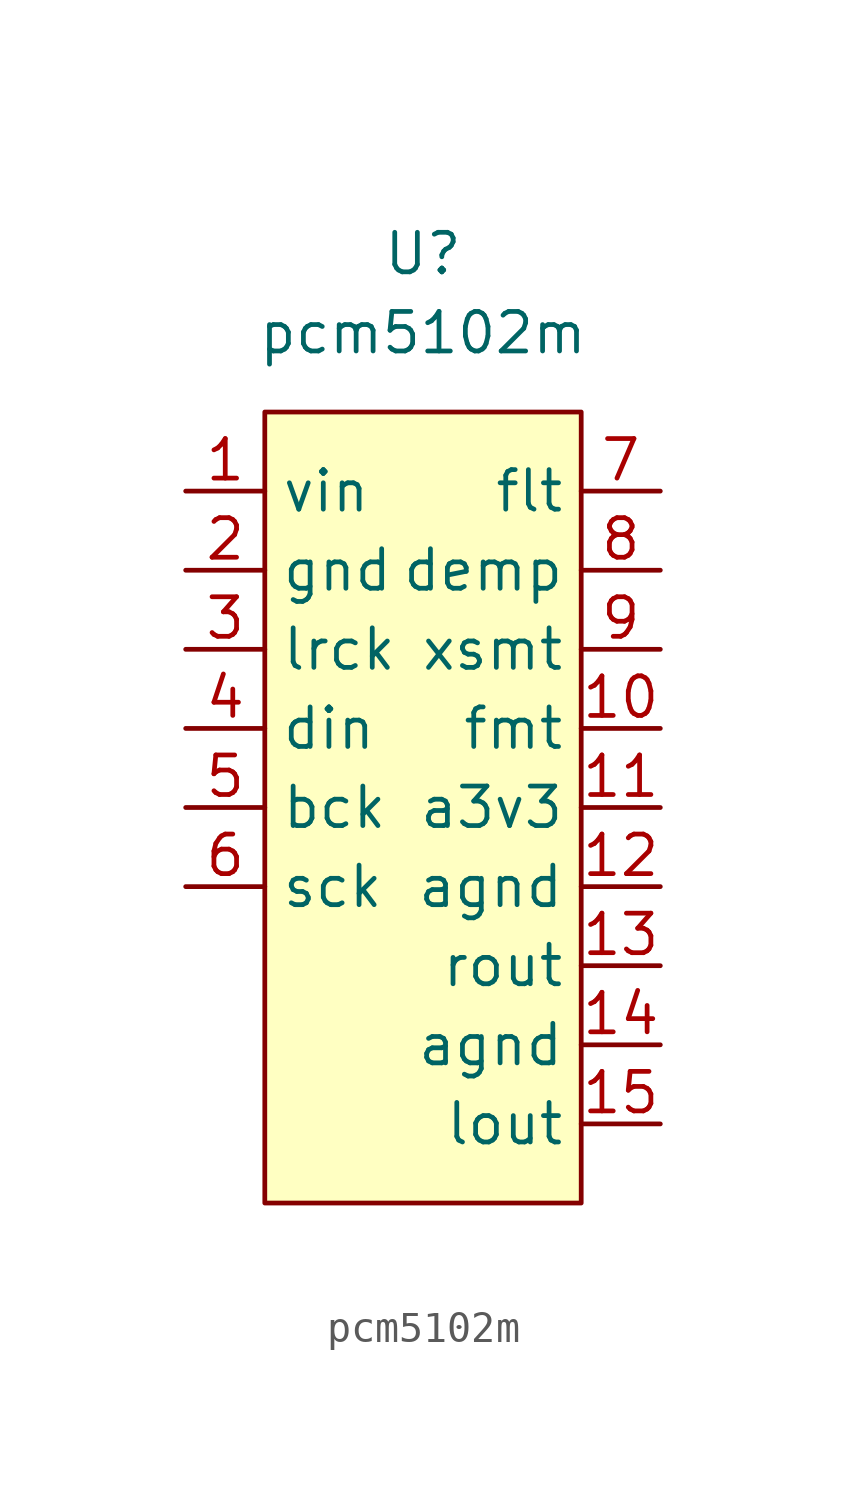
<source format=kicad_sym>
(kicad_symbol_lib
  (version 20211014)
  (generator kicad_symbol_editor)
  (symbol "pcm5102m"
    (property "Reference" "U"
      (at 0 2.54 0)
      (effects (font (size 1.27 1.27))))
    (property "Value" "pcm5102m"
      (at 0 0 0)
      (effects (font (size 1.27 1.27))))
    (symbol "pcm5102m_0_1"
      (rectangle (start -5.08 -2.54) (end 5.08 -27.94) (stroke (width 0) (type default) (color 0 0 0 0)) (fill (type background))))
    (symbol "pcm5102m_1_1"
      (pin power_in line (at -7.62 -5.08 0) (length 2.54) (name "vin" (effects (font (size 1.27 1.27)))) (number "1" (effects (font (size 1.27 1.27)))))
      (pin input line (at 7.62 -12.7 180) (length 2.54) (name "fmt" (effects (font (size 1.27 1.27)))) (number "10" (effects (font (size 1.27 1.27)))))
      (pin power_in line (at 7.62 -15.24 180) (length 2.54) (name "a3v3" (effects (font (size 1.27 1.27)))) (number "11" (effects (font (size 1.27 1.27)))))
      (pin power_in line (at 7.62 -17.78 180) (length 2.54) (name "agnd" (effects (font (size 1.27 1.27)))) (number "12" (effects (font (size 1.27 1.27)))))
      (pin output line (at 7.62 -20.32 180) (length 2.54) (name "rout" (effects (font (size 1.27 1.27)))) (number "13" (effects (font (size 1.27 1.27)))))
      (pin power_in line (at 7.62 -22.86 180) (length 2.54) (name "agnd" (effects (font (size 1.27 1.27)))) (number "14" (effects (font (size 1.27 1.27)))))
      (pin output line (at 7.62 -25.4 180) (length 2.54) (name "lout" (effects (font (size 1.27 1.27)))) (number "15" (effects (font (size 1.27 1.27)))))
      (pin power_in line (at -7.62 -7.62 0) (length 2.54) (name "gnd" (effects (font (size 1.27 1.27)))) (number "2" (effects (font (size 1.27 1.27)))))
      (pin input line (at -7.62 -10.16 0) (length 2.54) (name "lrck" (effects (font (size 1.27 1.27)))) (number "3" (effects (font (size 1.27 1.27)))))
      (pin input line (at -7.62 -12.7 0) (length 2.54) (name "din" (effects (font (size 1.27 1.27)))) (number "4" (effects (font (size 1.27 1.27)))))
      (pin input line (at -7.62 -15.24 0) (length 2.54) (name "bck" (effects (font (size 1.27 1.27)))) (number "5" (effects (font (size 1.27 1.27)))))
      (pin input line (at -7.62 -17.78 0) (length 2.54) (name "sck" (effects (font (size 1.27 1.27)))) (number "6" (effects (font (size 1.27 1.27)))))
      (pin input line (at 7.62 -5.08 180) (length 2.54) (name "flt" (effects (font (size 1.27 1.27)))) (number "7" (effects (font (size 1.27 1.27)))))
      (pin input line (at 7.62 -7.62 180) (length 2.54) (name "demp" (effects (font (size 1.27 1.27)))) (number "8" (effects (font (size 1.27 1.27)))))
      (pin input line (at 7.62 -10.16 180) (length 2.54) (name "xsmt" (effects (font (size 1.27 1.27)))) (number "9" (effects (font (size 1.27 1.27))))))))
</source>
